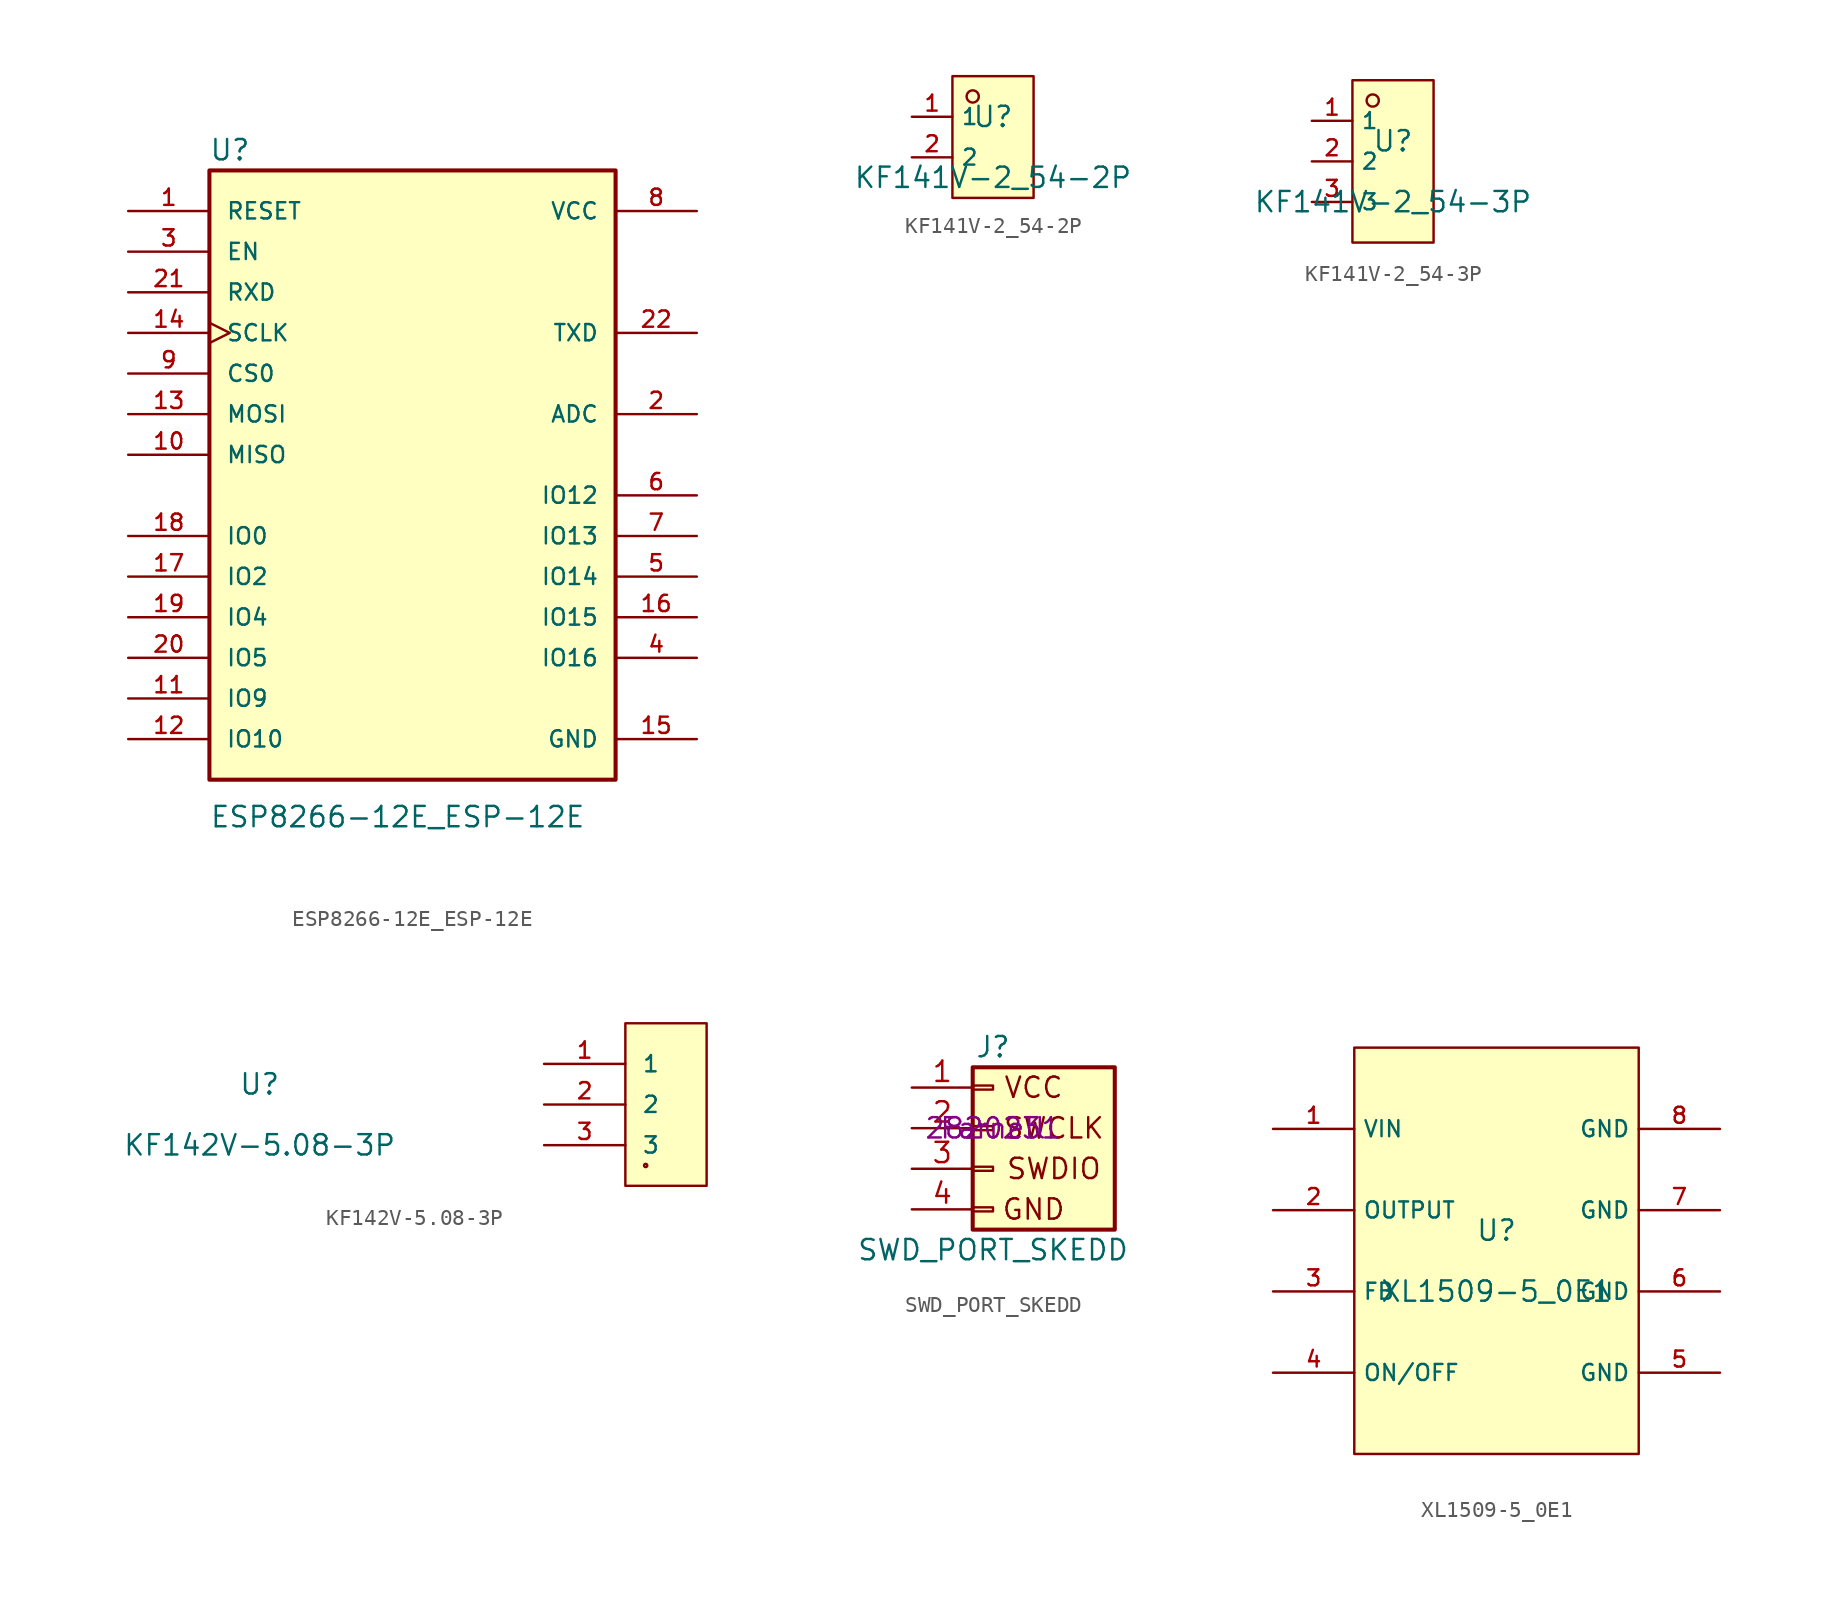
<source format=kicad_sym>
(kicad_symbol_lib
  (version 20220914)
  (generator kicad_symbol_editor)
  (symbol "ESP8266-12E_ESP-12E"
    (pin_names
      (offset 1.016))
    (property "Reference" "U"
      (at -12.725 18.313 0)
      (effects (font (size 1.27 1.27)) (justify left bottom)))
    (property "Value" "ESP8266-12E_ESP-12E"
      (at -12.7 -23.393 0)
      (effects (font (size 1.27 1.27)) (justify left bottom)))
    (symbol "ESP8266-12E_ESP-12E_0_0"
      (rectangle (start -12.7 -20.32) (end 12.7 17.78) (stroke (width 0.254) (type solid)) (fill (type background)))
      (pin input line (at -17.78 15.24 0) (length 5.08) (name "RESET" (effects (font (size 1.016 1.016)))) (number "1" (effects (font (size 1.016 1.016)))))
      (pin bidirectional line (at -17.78 0 0) (length 5.08) (name "MISO" (effects (font (size 1.016 1.016)))) (number "10" (effects (font (size 1.016 1.016)))))
      (pin bidirectional line (at -17.78 -15.24 0) (length 5.08) (name "IO9" (effects (font (size 1.016 1.016)))) (number "11" (effects (font (size 1.016 1.016)))))
      (pin bidirectional line (at -17.78 -17.78 0) (length 5.08) (name "IO10" (effects (font (size 1.016 1.016)))) (number "12" (effects (font (size 1.016 1.016)))))
      (pin bidirectional line (at -17.78 2.54 0) (length 5.08) (name "MOSI" (effects (font (size 1.016 1.016)))) (number "13" (effects (font (size 1.016 1.016)))))
      (pin input clock (at -17.78 7.62 0) (length 5.08) (name "SCLK" (effects (font (size 1.016 1.016)))) (number "14" (effects (font (size 1.016 1.016)))))
      (pin power_in line (at 17.78 -17.78 180) (length 5.08) (name "GND" (effects (font (size 1.016 1.016)))) (number "15" (effects (font (size 1.016 1.016)))))
      (pin bidirectional line (at 17.78 -10.16 180) (length 5.08) (name "IO15" (effects (font (size 1.016 1.016)))) (number "16" (effects (font (size 1.016 1.016)))))
      (pin bidirectional line (at -17.78 -7.62 0) (length 5.08) (name "IO2" (effects (font (size 1.016 1.016)))) (number "17" (effects (font (size 1.016 1.016)))))
      (pin bidirectional line (at -17.78 -5.08 0) (length 5.08) (name "IO0" (effects (font (size 1.016 1.016)))) (number "18" (effects (font (size 1.016 1.016)))))
      (pin bidirectional line (at -17.78 -10.16 0) (length 5.08) (name "IO4" (effects (font (size 1.016 1.016)))) (number "19" (effects (font (size 1.016 1.016)))))
      (pin passive line (at 17.78 2.54 180) (length 5.08) (name "ADC" (effects (font (size 1.016 1.016)))) (number "2" (effects (font (size 1.016 1.016)))))
      (pin bidirectional line (at -17.78 -12.7 0) (length 5.08) (name "IO5" (effects (font (size 1.016 1.016)))) (number "20" (effects (font (size 1.016 1.016)))))
      (pin input line (at -17.78 10.16 0) (length 5.08) (name "RXD" (effects (font (size 1.016 1.016)))) (number "21" (effects (font (size 1.016 1.016)))))
      (pin output line (at 17.78 7.62 180) (length 5.08) (name "TXD" (effects (font (size 1.016 1.016)))) (number "22" (effects (font (size 1.016 1.016)))))
      (pin input line (at -17.78 12.7 0) (length 5.08) (name "EN" (effects (font (size 1.016 1.016)))) (number "3" (effects (font (size 1.016 1.016)))))
      (pin bidirectional line (at 17.78 -12.7 180) (length 5.08) (name "IO16" (effects (font (size 1.016 1.016)))) (number "4" (effects (font (size 1.016 1.016)))))
      (pin bidirectional line (at 17.78 -7.62 180) (length 5.08) (name "IO14" (effects (font (size 1.016 1.016)))) (number "5" (effects (font (size 1.016 1.016)))))
      (pin bidirectional line (at 17.78 -2.54 180) (length 5.08) (name "IO12" (effects (font (size 1.016 1.016)))) (number "6" (effects (font (size 1.016 1.016)))))
      (pin bidirectional line (at 17.78 -5.08 180) (length 5.08) (name "IO13" (effects (font (size 1.016 1.016)))) (number "7" (effects (font (size 1.016 1.016)))))
      (pin power_in line (at 17.78 15.24 180) (length 5.08) (name "VCC" (effects (font (size 1.016 1.016)))) (number "8" (effects (font (size 1.016 1.016)))))
      (pin input line (at -17.78 5.08 0) (length 5.08) (name "CS0" (effects (font (size 1.016 1.016)))) (number "9" (effects (font (size 1.016 1.016)))))))
  (symbol "KF141V-2_54-2P"
    (property "Reference" "U"
      (at 0 1.27 0)
      (effects (font (size 1.27 1.27))))
    (property "Value" "KF141V-2_54-2P"
      (at 0 -2.54 0)
      (effects (font (size 1.27 1.27))))
    (symbol "KF141V-2_54-2P_0_1"
      (rectangle (start -2.54 3.81) (end 2.54 -3.81) (stroke (width 0) (type default) (color 0 0 0 0)) (fill (type background)))
      (circle (center -1.27 2.54) (radius 0.381) (stroke (width 0) (type default) (color 0 0 0 0)) (fill (type background)))
      (pin unspecified line (at -5.08 1.27 0) (length 2.54) (name "1" (effects (font (size 1 1)))) (number "1" (effects (font (size 1 1)))))
      (pin unspecified line (at -5.08 -1.27 0) (length 2.54) (name "2" (effects (font (size 1 1)))) (number "2" (effects (font (size 1 1)))))))
  (symbol "KF141V-2_54-3P"
    (property "Reference" "U"
      (at 0 1.27 0)
      (effects (font (size 1.27 1.27))))
    (property "Value" "KF141V-2_54-3P"
      (at 0 -2.54 0)
      (effects (font (size 1.27 1.27))))
    (symbol "KF141V-2_54-3P_0_1"
      (rectangle (start -2.54 5.08) (end 2.54 -5.08) (stroke (width 0) (type default) (color 0 0 0 0)) (fill (type background)))
      (circle (center -1.27 3.81) (radius 0.381) (stroke (width 0) (type default) (color 0 0 0 0)) (fill (type background)))
      (pin unspecified line (at -5.08 2.54 0) (length 2.54) (name "1" (effects (font (size 1 1)))) (number "1" (effects (font (size 1 1)))))
      (pin unspecified line (at -5.08 -0.0 0) (length 2.54) (name "2" (effects (font (size 1 1)))) (number "2" (effects (font (size 1 1)))))
      (pin unspecified line (at -5.08 -2.54 0) (length 2.54) (name "3" (effects (font (size 1 1)))) (number "3" (effects (font (size 1 1)))))))
  (symbol "KF142V-5.08-3P"
    (pin_names
      (offset 1.016))
    (property "Reference" "U"
      (at 0 1.27 0)
      (effects (font (size 1.27 1.27))))
    (property "Value" "KF142V-5.08-3P"
      (at 0 -2.54 0)
      (effects (font (size 1.27 1.27))))
    (symbol "KF142V-5.08-3P_1_0"
      (rectangle (start 22.86 5.08) (end 27.94 -5.08) (stroke (width 0) (type solid)) (fill (type background)))
      (circle (center 24.13 -3.81) (radius 0.025) (stroke (width 0) (type solid)) (fill (type background)))
      (pin unspecified line (at 17.78 2.54 0) (length 5.08) (name "1" (effects (font (size 1.016 1.016)))) (number "1" (effects (font (size 1.016 1.016)))))
      (pin unspecified line (at 17.78 0 0) (length 5.08) (name "2" (effects (font (size 1.016 1.016)))) (number "2" (effects (font (size 1.016 1.016)))))
      (pin unspecified line (at 17.78 -2.54 0) (length 5.08) (name "3" (effects (font (size 1.016 1.016)))) (number "3" (effects (font (size 1.016 1.016)))))))
  (symbol "SWD_PORT_SKEDD"
    (pin_names
      (offset 1.016) hide)
    (property "Reference" "J"
      (at 0 5.08 0)
      (effects (font (size 1.27 1.27))))
    (property "Value" "SWD_PORT_SKEDD"
      (at 0 -7.62 0)
      (effects (font (size 1.27 1.27))))
    (property "SKU" "2820231"
      (at 0 0 0)
      (effects (font (size 1.27 1.27))))
    (property "SPR" "Farnell"
      (at 0 0 0)
      (effects (font (size 1.27 1.27))))
    (symbol "SWD_PORT_SKEDD_0_0"
      (text "GND" (at 2.54 -5.08 0) (effects (font (size 1.27 1.27))))
      (text "SWCLK" (at 3.81 0 0) (effects (font (size 1.27 1.27))))
      (text "SWDIO" (at 3.81 -2.54 0) (effects (font (size 1.27 1.27))))
      (text "VCC" (at 2.54 2.54 0) (effects (font (size 1.27 1.27)))))
    (symbol "SWD_PORT_SKEDD_1_1"
      (rectangle (start -1.27 -4.953) (end 0 -5.207) (stroke (width 0.152) (type solid)) (fill (type none)))
      (rectangle (start -1.27 -2.413) (end 0 -2.667) (stroke (width 0.152) (type solid)) (fill (type none)))
      (rectangle (start -1.27 0.127) (end 0 -0.127) (stroke (width 0.152) (type solid)) (fill (type none)))
      (rectangle (start -1.27 2.667) (end 0 2.413) (stroke (width 0.152) (type solid)) (fill (type none)))
      (rectangle (start -1.27 3.81) (end 7.62 -6.35) (stroke (width 0.254) (type solid)) (fill (type background)))
      (pin passive line (at -5.08 2.54 0) (length 3.81) (name "Pin_1" (effects (font (size 1.27 1.27)))) (number "1" (effects (font (size 1.27 1.27)))))
      (pin passive line (at -5.08 0 0) (length 3.81) (name "Pin_2" (effects (font (size 1.27 1.27)))) (number "2" (effects (font (size 1.27 1.27)))))
      (pin passive line (at -5.08 -2.54 0) (length 3.81) (name "Pin_3" (effects (font (size 1.27 1.27)))) (number "3" (effects (font (size 1.27 1.27)))))
      (pin passive line (at -5.08 -5.08 0) (length 3.81) (name "Pin_4" (effects (font (size 1.27 1.27)))) (number "4" (effects (font (size 1.27 1.27)))))))
  (symbol "XL1509-5_0E1"
    (property "Reference" "U"
      (at 0 1.27 0)
      (effects (font (size 1.27 1.27))))
    (property "Value" "XL1509-5_0E1"
      (at 0 -2.54 0)
      (effects (font (size 1.27 1.27))))
    (symbol "XL1509-5_0E1_0_1"
      (pin unspecified line (at -13.97 7.62 0) (length 5.08) (name "VIN" (effects (font (size 1 1)))) (number "1" (effects (font (size 1 1)))))
      (pin unspecified line (at -13.97 2.54 0) (length 5.08) (name "OUTPUT" (effects (font (size 1 1)))) (number "2" (effects (font (size 1 1)))))
      (pin unspecified line (at -13.97 -2.54 0) (length 5.08) (name "FB" (effects (font (size 1 1)))) (number "3" (effects (font (size 1 1)))))
      (pin unspecified line (at -13.97 -7.62 0) (length 5.08) (name "ON/OFF" (effects (font (size 1 1)))) (number "4" (effects (font (size 1 1)))))
      (pin unspecified line (at 13.97 -7.62 180) (length 5.08) (name "GND" (effects (font (size 1 1)))) (number "5" (effects (font (size 1 1)))))
      (pin unspecified line (at 13.97 -2.54 180) (length 5.08) (name "GND" (effects (font (size 1 1)))) (number "6" (effects (font (size 1 1)))))
      (pin unspecified line (at 13.97 2.54 180) (length 5.08) (name "GND" (effects (font (size 1 1)))) (number "7" (effects (font (size 1 1)))))
      (pin unspecified line (at 13.97 7.62 180) (length 5.08) (name "GND" (effects (font (size 1 1)))) (number "8" (effects (font (size 1 1)))))
      (rectangle (start -8.89 12.7) (end 8.89 -12.7) (stroke (width 0) (type default) (color 0 0 0 0)) (fill (type background))))))
</source>
